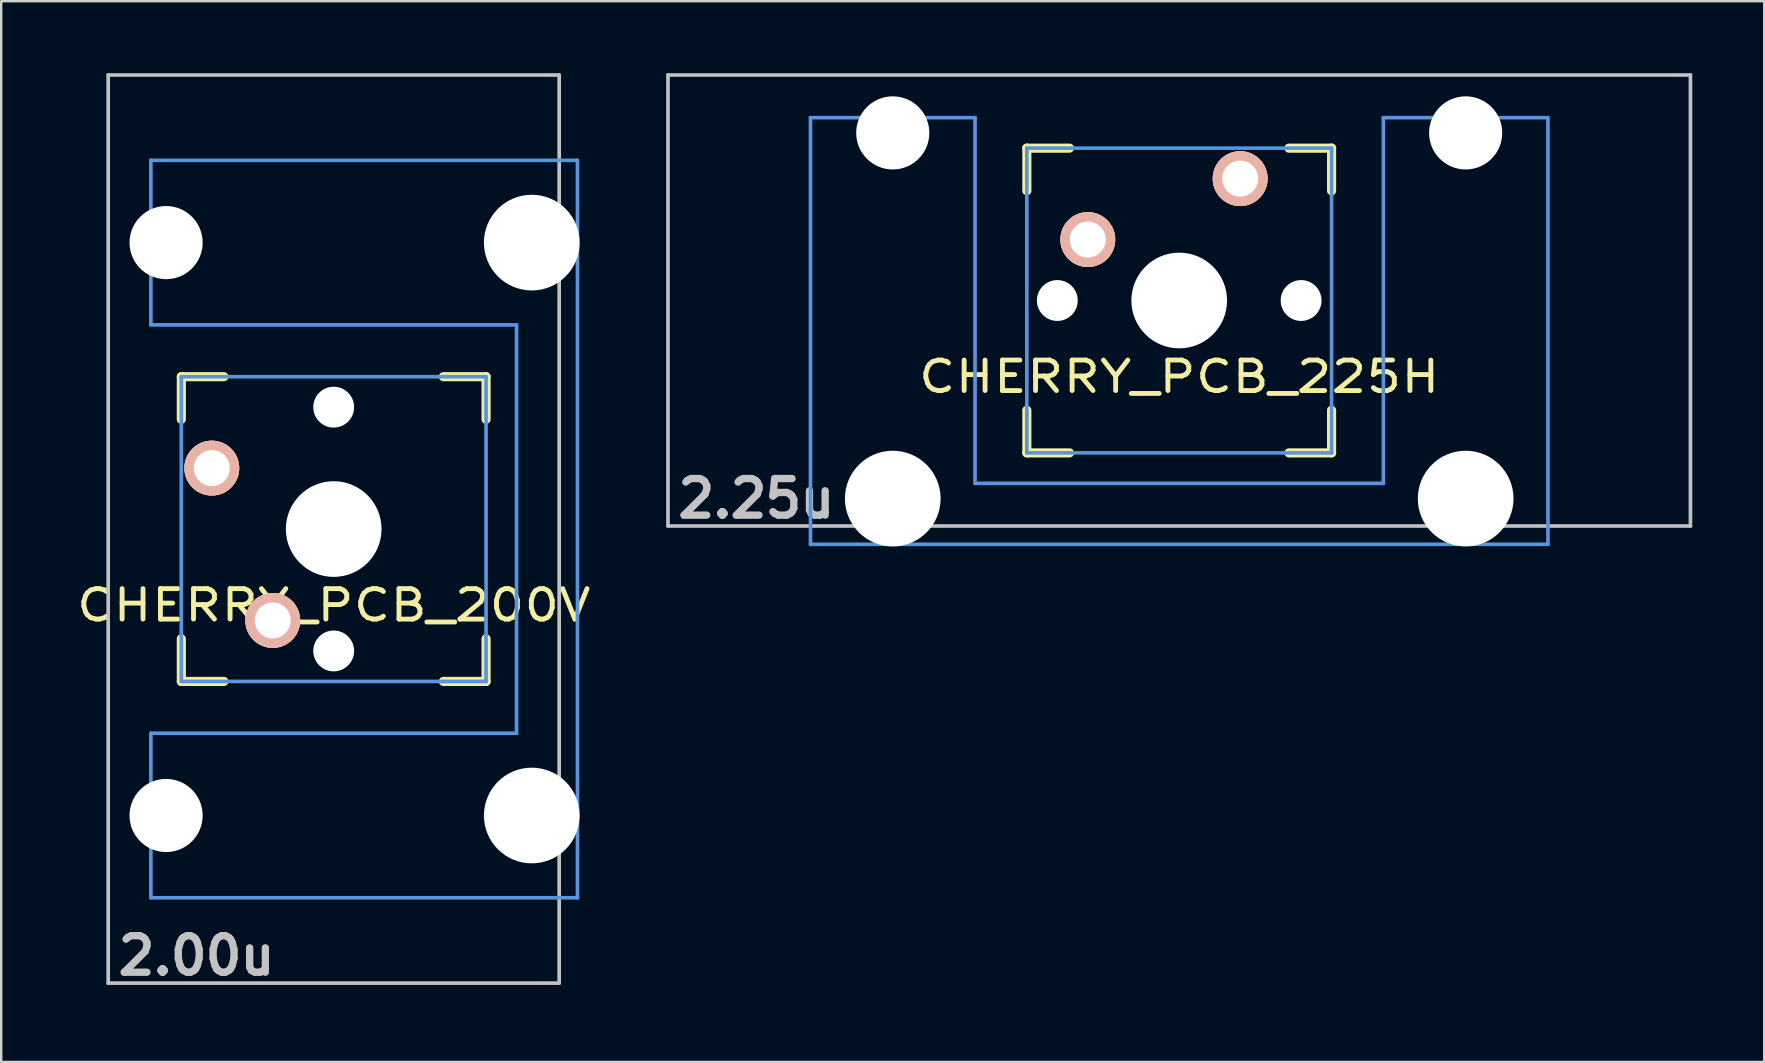
<source format=kicad_pcb>
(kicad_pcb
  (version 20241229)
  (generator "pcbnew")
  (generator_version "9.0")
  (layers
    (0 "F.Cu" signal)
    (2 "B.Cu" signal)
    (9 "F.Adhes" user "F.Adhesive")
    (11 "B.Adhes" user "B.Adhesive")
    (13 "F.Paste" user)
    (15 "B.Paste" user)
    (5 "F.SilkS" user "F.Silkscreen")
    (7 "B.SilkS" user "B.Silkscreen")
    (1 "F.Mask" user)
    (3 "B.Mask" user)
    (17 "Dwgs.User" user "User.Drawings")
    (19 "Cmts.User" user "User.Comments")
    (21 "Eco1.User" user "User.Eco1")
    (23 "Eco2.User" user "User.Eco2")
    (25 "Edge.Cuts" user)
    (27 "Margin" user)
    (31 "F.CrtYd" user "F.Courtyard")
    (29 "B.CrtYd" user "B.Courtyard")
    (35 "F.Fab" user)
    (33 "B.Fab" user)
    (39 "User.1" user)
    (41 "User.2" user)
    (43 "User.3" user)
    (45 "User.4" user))
  (footprint "CHERRY_PCB_225H"
    (layer "F.Cu")
    (at 46.095 9.474)
    (property "Reference" "CHERRY_PCB_225H" (at 0 3.175 0) (layer "F.SilkS") (effects (font (size 1.27 1.524) (thickness 0.203))))
    (attr through_hole)
    (fp_line (start -6.35 -6.35) (end -4.572 -6.35) (stroke (width 0.381) (type solid)) (layer "F.SilkS"))
    (fp_line (start -6.35 -4.572) (end -6.35 -6.35) (stroke (width 0.381) (type solid)) (layer "F.SilkS"))
    (fp_line (start -6.35 6.35) (end -6.35 4.572) (stroke (width 0.381) (type solid)) (layer "F.SilkS"))
    (fp_line (start -4.572 6.35) (end -6.35 6.35) (stroke (width 0.381) (type solid)) (layer "F.SilkS"))
    (fp_line (start 4.572 -6.35) (end 6.35 -6.35) (stroke (width 0.381) (type solid)) (layer "F.SilkS"))
    (fp_line (start 6.35 -6.35) (end 6.35 -4.572) (stroke (width 0.381) (type solid)) (layer "F.SilkS"))
    (fp_line (start 6.35 4.572) (end 6.35 6.35) (stroke (width 0.381) (type solid)) (layer "F.SilkS"))
    (fp_line (start 6.35 6.35) (end 4.572 6.35) (stroke (width 0.381) (type solid)) (layer "F.SilkS"))
    (fp_line (start -21.306 -9.398) (end 21.306 -9.398) (stroke (width 0.152) (type solid)) (layer "Dwgs.User"))
    (fp_line (start -21.306 9.398) (end -21.306 -9.398) (stroke (width 0.152) (type solid)) (layer "Dwgs.User"))
    (fp_line (start 21.306 -9.398) (end 21.306 9.398) (stroke (width 0.152) (type solid)) (layer "Dwgs.User"))
    (fp_line (start 21.306 9.398) (end -21.306 9.398) (stroke (width 0.152) (type solid)) (layer "Dwgs.User"))
    (fp_line (start -15.367 -7.62) (end -15.367 10.16) (stroke (width 0.152) (type solid)) (layer "Cmts.User"))
    (fp_line (start -15.367 10.16) (end 15.367 10.16) (stroke (width 0.152) (type solid)) (layer "Cmts.User"))
    (fp_line (start -8.509 -7.62) (end -15.367 -7.62) (stroke (width 0.152) (type solid)) (layer "Cmts.User"))
    (fp_line (start -8.509 7.62) (end -8.509 -7.62) (stroke (width 0.152) (type solid)) (layer "Cmts.User"))
    (fp_line (start -6.35 -6.35) (end 6.35 -6.35) (stroke (width 0.152) (type solid)) (layer "Cmts.User"))
    (fp_line (start -6.35 6.35) (end -6.35 -6.35) (stroke (width 0.152) (type solid)) (layer "Cmts.User"))
    (fp_line (start 6.35 -6.35) (end 6.35 6.35) (stroke (width 0.152) (type solid)) (layer "Cmts.User"))
    (fp_line (start 6.35 6.35) (end -6.35 6.35) (stroke (width 0.152) (type solid)) (layer "Cmts.User"))
    (fp_line (start 8.509 -7.62) (end 8.509 7.62) (stroke (width 0.152) (type solid)) (layer "Cmts.User"))
    (fp_line (start 8.509 7.62) (end -8.509 7.62) (stroke (width 0.152) (type solid)) (layer "Cmts.User"))
    (fp_line (start 15.367 -7.62) (end 8.509 -7.62) (stroke (width 0.152) (type solid)) (layer "Cmts.User"))
    (fp_line (start 15.367 10.16) (end 15.367 -7.62) (stroke (width 0.152) (type solid)) (layer "Cmts.User"))
    (fp_line (start -16.129 -2.286) (end -15.265 -2.286) (stroke (width 0.152) (type solid)) (layer "Eco2.User"))
    (fp_line (start -16.129 0.508) (end -16.129 -2.286) (stroke (width 0.152) (type solid)) (layer "Eco2.User"))
    (fp_line (start -15.265 -5.69) (end -8.611 -5.69) (stroke (width 0.152) (type solid)) (layer "Eco2.User"))
    (fp_line (start -15.265 -2.286) (end -15.265 -5.69) (stroke (width 0.152) (type solid)) (layer "Eco2.User"))
    (fp_line (start -15.265 0.508) (end -16.129 0.508) (stroke (width 0.152) (type solid)) (layer "Eco2.User"))
    (fp_line (start -15.265 6.604) (end -15.265 0.508) (stroke (width 0.152) (type solid)) (layer "Eco2.User"))
    (fp_line (start -14.224 6.604) (end -15.265 6.604) (stroke (width 0.152) (type solid)) (layer "Eco2.User"))
    (fp_line (start -14.224 7.772) (end -14.224 6.604) (stroke (width 0.152) (type solid)) (layer "Eco2.User"))
    (fp_line (start -9.652 6.604) (end -9.652 7.772) (stroke (width 0.152) (type solid)) (layer "Eco2.User"))
    (fp_line (start -9.652 7.772) (end -14.224 7.772) (stroke (width 0.152) (type solid)) (layer "Eco2.User"))
    (fp_line (start -8.611 -5.69) (end -8.611 -4.877) (stroke (width 0.152) (type solid)) (layer "Eco2.User"))
    (fp_line (start -8.611 -4.877) (end -6.985 -4.877) (stroke (width 0.152) (type solid)) (layer "Eco2.User"))
    (fp_line (start -8.611 5.817) (end -8.611 6.604) (stroke (width 0.152) (type solid)) (layer "Eco2.User"))
    (fp_line (start -8.611 6.604) (end -9.652 6.604) (stroke (width 0.152) (type solid)) (layer "Eco2.User"))
    (fp_line (start -6.985 -6.985) (end 6.985 -6.985) (stroke (width 0.152) (type solid)) (layer "Eco2.User"))
    (fp_line (start -6.985 -4.877) (end -6.985 -6.985) (stroke (width 0.152) (type solid)) (layer "Eco2.User"))
    (fp_line (start -6.985 5.817) (end -8.611 5.817) (stroke (width 0.152) (type solid)) (layer "Eco2.User"))
    (fp_line (start -6.985 6.985) (end -6.985 5.817) (stroke (width 0.152) (type solid)) (layer "Eco2.User"))
    (fp_line (start 6.985 -6.985) (end 6.985 -4.877) (stroke (width 0.152) (type solid)) (layer "Eco2.User"))
    (fp_line (start 6.985 -4.877) (end 8.611 -4.877) (stroke (width 0.152) (type solid)) (layer "Eco2.User"))
    (fp_line (start 6.985 5.817) (end 6.985 6.985) (stroke (width 0.152) (type solid)) (layer "Eco2.User"))
    (fp_line (start 6.985 6.985) (end -6.985 6.985) (stroke (width 0.152) (type solid)) (layer "Eco2.User"))
    (fp_line (start 8.611 -5.69) (end 15.265 -5.69) (stroke (width 0.152) (type solid)) (layer "Eco2.User"))
    (fp_line (start 8.611 -4.877) (end 8.611 -5.69) (stroke (width 0.152) (type solid)) (layer "Eco2.User"))
    (fp_line (start 8.611 5.817) (end 6.985 5.817) (stroke (width 0.152) (type solid)) (layer "Eco2.User"))
    (fp_line (start 8.611 6.604) (end 8.611 5.817) (stroke (width 0.152) (type solid)) (layer "Eco2.User"))
    (fp_line (start 9.652 6.604) (end 8.611 6.604) (stroke (width 0.152) (type solid)) (layer "Eco2.User"))
    (fp_line (start 9.652 7.772) (end 9.652 6.604) (stroke (width 0.152) (type solid)) (layer "Eco2.User"))
    (fp_line (start 14.224 6.604) (end 14.224 7.772) (stroke (width 0.152) (type solid)) (layer "Eco2.User"))
    (fp_line (start 14.224 7.772) (end 9.652 7.772) (stroke (width 0.152) (type solid)) (layer "Eco2.User"))
    (fp_line (start 15.265 -5.69) (end 15.265 -2.286) (stroke (width 0.152) (type solid)) (layer "Eco2.User"))
    (fp_line (start 15.265 -2.286) (end 16.129 -2.286) (stroke (width 0.152) (type solid)) (layer "Eco2.User"))
    (fp_line (start 15.265 0.508) (end 15.265 6.604) (stroke (width 0.152) (type solid)) (layer "Eco2.User"))
    (fp_line (start 15.265 6.604) (end 14.224 6.604) (stroke (width 0.152) (type solid)) (layer "Eco2.User"))
    (fp_line (start 16.129 -2.286) (end 16.129 0.508) (stroke (width 0.152) (type solid)) (layer "Eco2.User"))
    (fp_line (start 16.129 0.508) (end 15.265 0.508) (stroke (width 0.152) (type solid)) (layer "Eco2.User"))
    (fp_text user "2.25u" (at -17.623 8.255 0) (layer "Dwgs.User") (effects (font (size 1.524 1.524) (thickness 0.305))))
    (pad "" np_thru_hole circle (at -11.938 -6.985) (size 3.048 3.048) (drill 3.048) (layers "*.Cu"))
    (pad "" np_thru_hole circle (at -11.938 8.255) (size 3.988 3.988) (drill 3.988) (layers "*.Cu"))
    (pad "" np_thru_hole circle (at -5.08 0) (size 1.702 1.702) (drill 1.702) (layers "*.Cu"))
    (pad "" np_thru_hole circle (at 0 0) (size 3.988 3.988) (drill 3.988) (layers "*.Cu"))
    (pad "" np_thru_hole circle (at 5.08 0) (size 1.702 1.702) (drill 1.702) (layers "*.Cu"))
    (pad "" np_thru_hole circle (at 11.938 -6.985) (size 3.048 3.048) (drill 3.048) (layers "*.Cu"))
    (pad "" np_thru_hole circle (at 11.938 8.255) (size 3.988 3.988) (drill 3.988) (layers "*.Cu"))
    (pad "1" thru_hole circle (at 2.54 -5.08) (size 2.286 2.286) (drill 1.499) (layers "*.Cu" "*.SilkS" "*.Mask"))
    (pad "2" thru_hole circle (at -3.81 -2.54) (size 2.286 2.286) (drill 1.499) (layers "*.Cu" "*.SilkS" "*.Mask")))
  (footprint "CHERRY_PCB_200V"
    (layer "F.Cu")
    (at 10.857 18.999)
    (property "Reference" "CHERRY_PCB_200V" (at 0 3.175 0) (layer "F.SilkS") (effects (font (size 1.27 1.524) (thickness 0.203))))
    (attr through_hole)
    (fp_line (start -6.35 -6.35) (end -4.572 -6.35) (stroke (width 0.381) (type solid)) (layer "F.SilkS"))
    (fp_line (start -6.35 -4.572) (end -6.35 -6.35) (stroke (width 0.381) (type solid)) (layer "F.SilkS"))
    (fp_line (start -6.35 6.35) (end -6.35 4.572) (stroke (width 0.381) (type solid)) (layer "F.SilkS"))
    (fp_line (start -4.572 6.35) (end -6.35 6.35) (stroke (width 0.381) (type solid)) (layer "F.SilkS"))
    (fp_line (start 4.572 -6.35) (end 6.35 -6.35) (stroke (width 0.381) (type solid)) (layer "F.SilkS"))
    (fp_line (start 6.35 -6.35) (end 6.35 -4.572) (stroke (width 0.381) (type solid)) (layer "F.SilkS"))
    (fp_line (start 6.35 4.572) (end 6.35 6.35) (stroke (width 0.381) (type solid)) (layer "F.SilkS"))
    (fp_line (start 6.35 6.35) (end 4.572 6.35) (stroke (width 0.381) (type solid)) (layer "F.SilkS"))
    (fp_line (start -9.398 -18.923) (end 9.398 -18.923) (stroke (width 0.152) (type solid)) (layer "Dwgs.User"))
    (fp_line (start -9.398 18.923) (end -9.398 -18.923) (stroke (width 0.152) (type solid)) (layer "Dwgs.User"))
    (fp_line (start 9.398 -18.923) (end 9.398 18.923) (stroke (width 0.152) (type solid)) (layer "Dwgs.User"))
    (fp_line (start 9.398 18.923) (end -9.398 18.923) (stroke (width 0.152) (type solid)) (layer "Dwgs.User"))
    (fp_line (start -7.62 -15.367) (end -7.62 -8.509) (stroke (width 0.152) (type solid)) (layer "Cmts.User"))
    (fp_line (start -7.62 -8.509) (end 7.62 -8.509) (stroke (width 0.152) (type solid)) (layer "Cmts.User"))
    (fp_line (start -7.62 8.509) (end -7.62 15.367) (stroke (width 0.152) (type solid)) (layer "Cmts.User"))
    (fp_line (start -7.62 15.367) (end 10.16 15.367) (stroke (width 0.152) (type solid)) (layer "Cmts.User"))
    (fp_line (start -6.35 -6.35) (end 6.35 -6.35) (stroke (width 0.152) (type solid)) (layer "Cmts.User"))
    (fp_line (start -6.35 6.35) (end -6.35 -6.35) (stroke (width 0.152) (type solid)) (layer "Cmts.User"))
    (fp_line (start 6.35 -6.35) (end 6.35 6.35) (stroke (width 0.152) (type solid)) (layer "Cmts.User"))
    (fp_line (start 6.35 6.35) (end -6.35 6.35) (stroke (width 0.152) (type solid)) (layer "Cmts.User"))
    (fp_line (start 7.62 -8.509) (end 7.62 8.509) (stroke (width 0.152) (type solid)) (layer "Cmts.User"))
    (fp_line (start 7.62 8.509) (end -7.62 8.509) (stroke (width 0.152) (type solid)) (layer "Cmts.User"))
    (fp_line (start 10.16 -15.367) (end -7.62 -15.367) (stroke (width 0.152) (type solid)) (layer "Cmts.User"))
    (fp_line (start 10.16 15.367) (end 10.16 -15.367) (stroke (width 0.152) (type solid)) (layer "Cmts.User"))
    (fp_line (start -6.985 -6.985) (end -4.877 -6.985) (stroke (width 0.152) (type solid)) (layer "Eco2.User"))
    (fp_line (start -6.985 6.985) (end -6.985 -6.985) (stroke (width 0.152) (type solid)) (layer "Eco2.User"))
    (fp_line (start -5.69 -15.265) (end -2.286 -15.265) (stroke (width 0.152) (type solid)) (layer "Eco2.User"))
    (fp_line (start -5.69 -8.611) (end -5.69 -15.265) (stroke (width 0.152) (type solid)) (layer "Eco2.User"))
    (fp_line (start -5.69 8.611) (end -4.877 8.611) (stroke (width 0.152) (type solid)) (layer "Eco2.User"))
    (fp_line (start -5.69 15.265) (end -5.69 8.611) (stroke (width 0.152) (type solid)) (layer "Eco2.User"))
    (fp_line (start -4.877 -8.611) (end -5.69 -8.611) (stroke (width 0.152) (type solid)) (layer "Eco2.User"))
    (fp_line (start -4.877 -6.985) (end -4.877 -8.611) (stroke (width 0.152) (type solid)) (layer "Eco2.User"))
    (fp_line (start -4.877 6.985) (end -6.985 6.985) (stroke (width 0.152) (type solid)) (layer "Eco2.User"))
    (fp_line (start -4.877 8.611) (end -4.877 6.985) (stroke (width 0.152) (type solid)) (layer "Eco2.User"))
    (fp_line (start -2.286 -16.129) (end 0.508 -16.129) (stroke (width 0.152) (type solid)) (layer "Eco2.User"))
    (fp_line (start -2.286 -15.265) (end -2.286 -16.129) (stroke (width 0.152) (type solid)) (layer "Eco2.User"))
    (fp_line (start -2.286 15.265) (end -5.69 15.265) (stroke (width 0.152) (type solid)) (layer "Eco2.User"))
    (fp_line (start -2.286 16.129) (end -2.286 15.265) (stroke (width 0.152) (type solid)) (layer "Eco2.User"))
    (fp_line (start 0.508 -16.129) (end 0.508 -15.265) (stroke (width 0.152) (type solid)) (layer "Eco2.User"))
    (fp_line (start 0.508 -15.265) (end 6.604 -15.265) (stroke (width 0.152) (type solid)) (layer "Eco2.User"))
    (fp_line (start 0.508 15.265) (end 0.508 16.129) (stroke (width 0.152) (type solid)) (layer "Eco2.User"))
    (fp_line (start 0.508 16.129) (end -2.286 16.129) (stroke (width 0.152) (type solid)) (layer "Eco2.User"))
    (fp_line (start 5.817 -8.611) (end 5.817 -6.985) (stroke (width 0.152) (type solid)) (layer "Eco2.User"))
    (fp_line (start 5.817 -6.985) (end 6.985 -6.985) (stroke (width 0.152) (type solid)) (layer "Eco2.User"))
    (fp_line (start 5.817 6.985) (end 5.817 8.611) (stroke (width 0.152) (type solid)) (layer "Eco2.User"))
    (fp_line (start 5.817 8.611) (end 6.604 8.611) (stroke (width 0.152) (type solid)) (layer "Eco2.User"))
    (fp_line (start 6.604 -15.265) (end 6.604 -14.224) (stroke (width 0.152) (type solid)) (layer "Eco2.User"))
    (fp_line (start 6.604 -14.224) (end 7.772 -14.224) (stroke (width 0.152) (type solid)) (layer "Eco2.User"))
    (fp_line (start 6.604 -9.652) (end 6.604 -8.611) (stroke (width 0.152) (type solid)) (layer "Eco2.User"))
    (fp_line (start 6.604 -8.611) (end 5.817 -8.611) (stroke (width 0.152) (type solid)) (layer "Eco2.User"))
    (fp_line (start 6.604 8.611) (end 6.604 9.652) (stroke (width 0.152) (type solid)) (layer "Eco2.User"))
    (fp_line (start 6.604 9.652) (end 7.772 9.652) (stroke (width 0.152) (type solid)) (layer "Eco2.User"))
    (fp_line (start 6.604 14.224) (end 6.604 15.265) (stroke (width 0.152) (type solid)) (layer "Eco2.User"))
    (fp_line (start 6.604 15.265) (end 0.508 15.265) (stroke (width 0.152) (type solid)) (layer "Eco2.User"))
    (fp_line (start 6.985 -6.985) (end 6.985 6.985) (stroke (width 0.152) (type solid)) (layer "Eco2.User"))
    (fp_line (start 6.985 6.985) (end 5.817 6.985) (stroke (width 0.152) (type solid)) (layer "Eco2.User"))
    (fp_line (start 7.772 -14.224) (end 7.772 -9.652) (stroke (width 0.152) (type solid)) (layer "Eco2.User"))
    (fp_line (start 7.772 -9.652) (end 6.604 -9.652) (stroke (width 0.152) (type solid)) (layer "Eco2.User"))
    (fp_line (start 7.772 9.652) (end 7.772 14.224) (stroke (width 0.152) (type solid)) (layer "Eco2.User"))
    (fp_line (start 7.772 14.224) (end 6.604 14.224) (stroke (width 0.152) (type solid)) (layer "Eco2.User"))
    (fp_text user "2.00u" (at -5.715 17.78 0) (layer "Dwgs.User") (effects (font (size 1.524 1.524) (thickness 0.305))))
    (pad "" np_thru_hole circle (at -6.985 -11.938 90) (size 3.048 3.048) (drill 3.048) (layers "*.Cu"))
    (pad "" np_thru_hole circle (at -6.985 11.938 90) (size 3.048 3.048) (drill 3.048) (layers "*.Cu"))
    (pad "" np_thru_hole circle (at 0 -5.08 90) (size 1.702 1.702) (drill 1.702) (layers "*.Cu"))
    (pad "" np_thru_hole circle (at 0 0 90) (size 3.988 3.988) (drill 3.988) (layers "*.Cu"))
    (pad "" np_thru_hole circle (at 0 5.08 90) (size 1.702 1.702) (drill 1.702) (layers "*.Cu"))
    (pad "" np_thru_hole circle (at 8.255 -11.938 90) (size 3.988 3.988) (drill 3.988) (layers "*.Cu"))
    (pad "" np_thru_hole circle (at 8.255 11.938 90) (size 3.988 3.988) (drill 3.988) (layers "*.Cu"))
    (pad "1" thru_hole circle (at -5.08 -2.54 90) (size 2.286 2.286) (drill 1.499) (layers "*.Cu" "*.SilkS" "*.Mask"))
    (pad "2" thru_hole circle (at -2.54 3.81 90) (size 2.286 2.286) (drill 1.499) (layers "*.Cu" "*.SilkS" "*.Mask")))
  (gr_rect
    (start -3 -3)
    (end 70.477 41.206)
    (stroke (width 0.1) (type default))
    (fill no)
    (layer "Edge.Cuts")))
</source>
